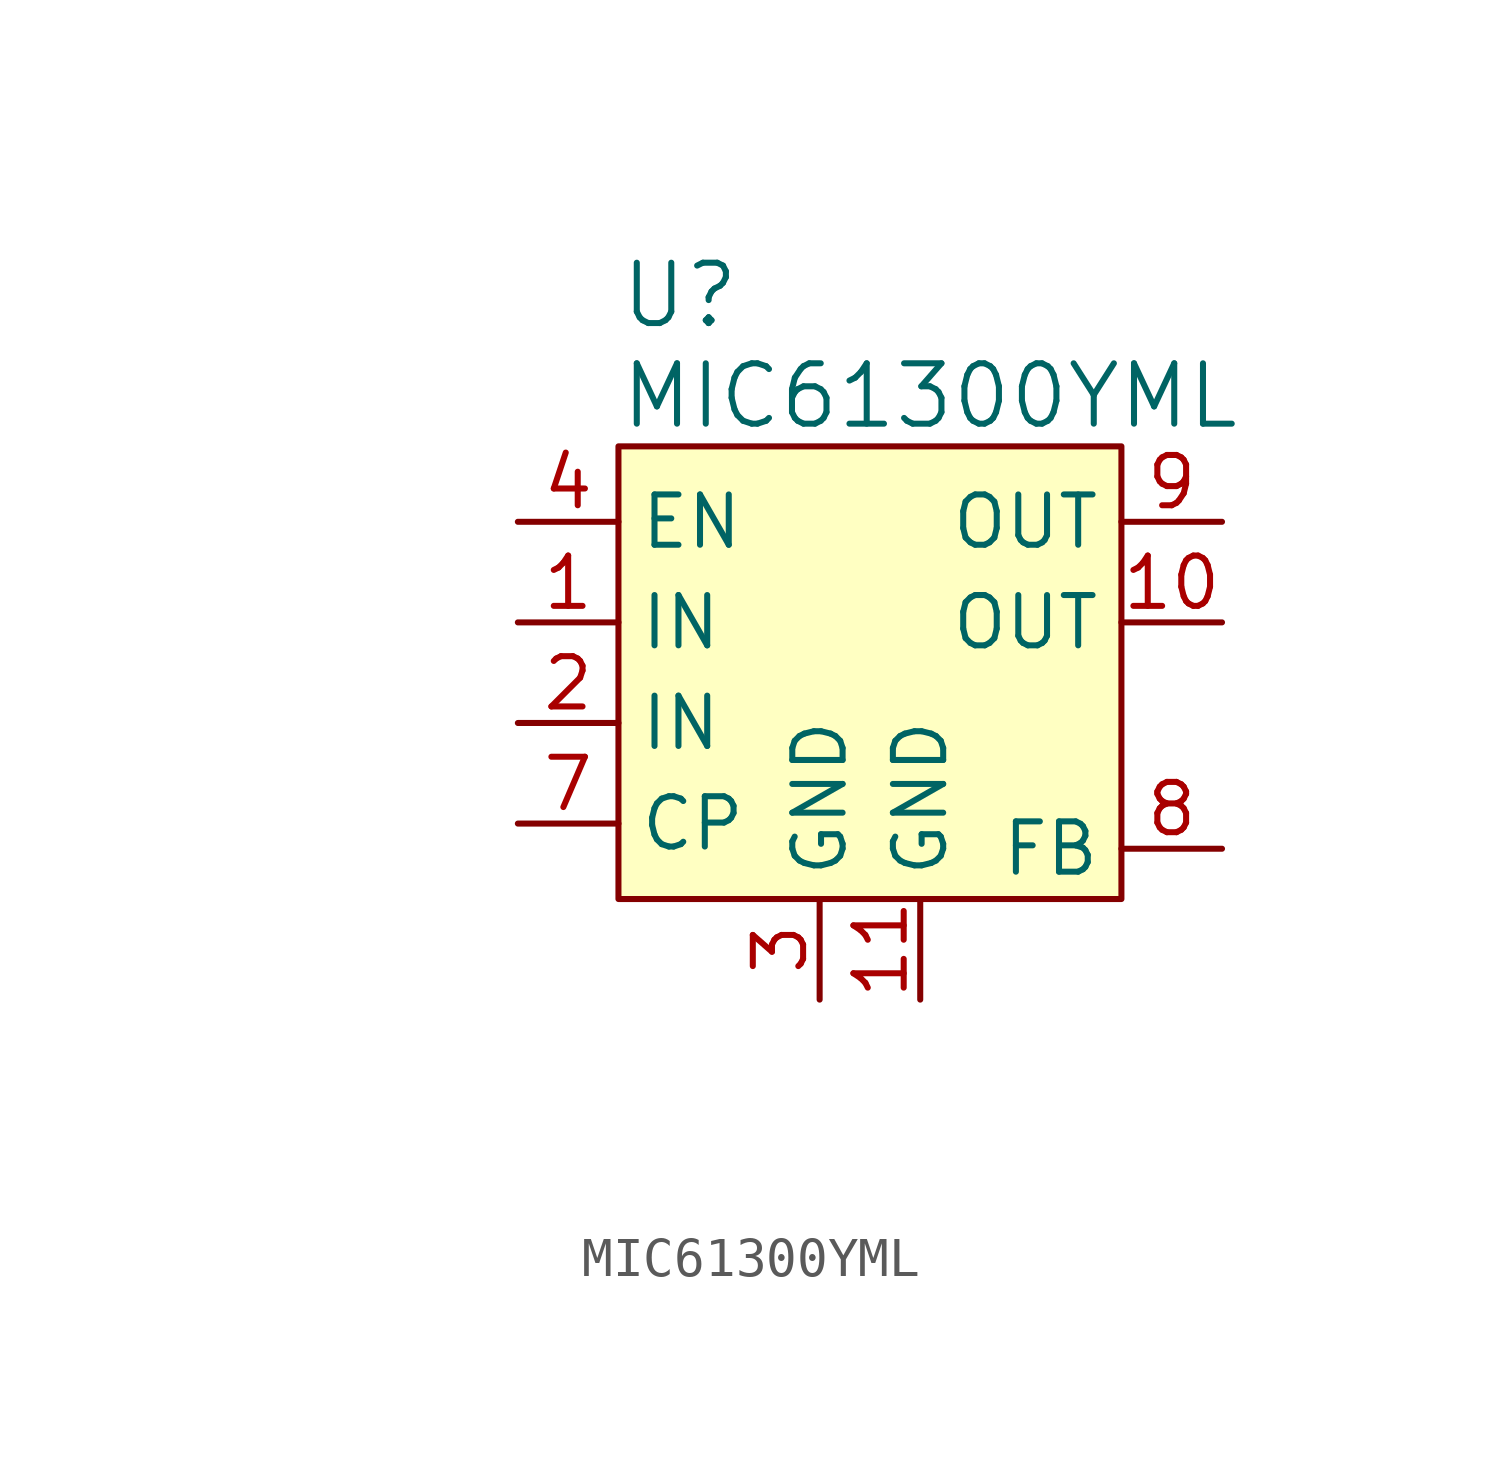
<source format=kicad_sym>
(kicad_symbol_lib
  (version 20211014)
  (generator kicad_symbol_editor)
  (symbol "MIC61300YML"
    (property "Reference" "U"
      (at -6.35 9.525 0)
      (effects (font (size 1.524 1.524)) (justify left)))
    (property "Value" "MIC61300YML"
      (at -6.35 6.985 0)
      (effects (font (size 1.524 1.524)) (justify left)))
    (symbol "MIC61300YML_0_0"
      (text "" (at -15.24 -11.43 0) (effects (font (size 1.27 1.27))))
      (pin power_out line (at 8.89 1.27 180) (length 2.54) (name "OUT" (effects (font (size 1.27 1.27)))) (number "10" (effects (font (size 1.27 1.27)))))
      (pin passive line (at 1.27 -8.255 90) (length 2.54) (name "GND" (effects (font (size 1.27 1.27)))) (number "11" (effects (font (size 1.27 1.27)))))
      (pin no_connect line (at 6.35 -1.27 180) (length 2.54) hide (name "NC" (effects (font (size 1.27 1.27)))) (number "5" (effects (font (size 1.27 1.27)))))
      (pin no_connect line (at 6.35 -2.54 180) (length 2.54) hide (name "NC" (effects (font (size 1.27 1.27)))) (number "6" (effects (font (size 1.27 1.27)))))
      (pin passive line (at -8.89 -3.81 0) (length 2.54) (name "CP" (effects (font (size 1.27 1.27)))) (number "7" (effects (font (size 1.27 1.27)))))
      (pin input line (at 8.89 -4.445 180) (length 2.54) (name "FB" (effects (font (size 1.27 1.27)))) (number "8" (effects (font (size 1.27 1.27)))))
      (pin power_out line (at 8.89 3.81 180) (length 2.54) (name "OUT" (effects (font (size 1.27 1.27)))) (number "9" (effects (font (size 1.27 1.27))))))
    (symbol "MIC61300YML_0_1"
      (rectangle (start -6.35 5.715) (end 6.35 -5.715) (stroke (width 0) (type default) (color 0 0 0 0)) (fill (type background))))
    (symbol "MIC61300YML_1_1"
      (pin power_in line (at -8.89 1.27 0) (length 2.54) (name "IN" (effects (font (size 1.27 1.27)))) (number "1" (effects (font (size 1.27 1.27)))))
      (pin power_in line (at -8.89 -1.27 0) (length 2.54) (name "IN" (effects (font (size 1.27 1.27)))) (number "2" (effects (font (size 1.27 1.27)))))
      (pin passive line (at -1.27 -8.255 90) (length 2.54) (name "GND" (effects (font (size 1.27 1.27)))) (number "3" (effects (font (size 1.27 1.27)))))
      (pin input line (at -8.89 3.81 0) (length 2.54) (name "EN" (effects (font (size 1.27 1.27)))) (number "4" (effects (font (size 1.27 1.27))))))))
</source>
